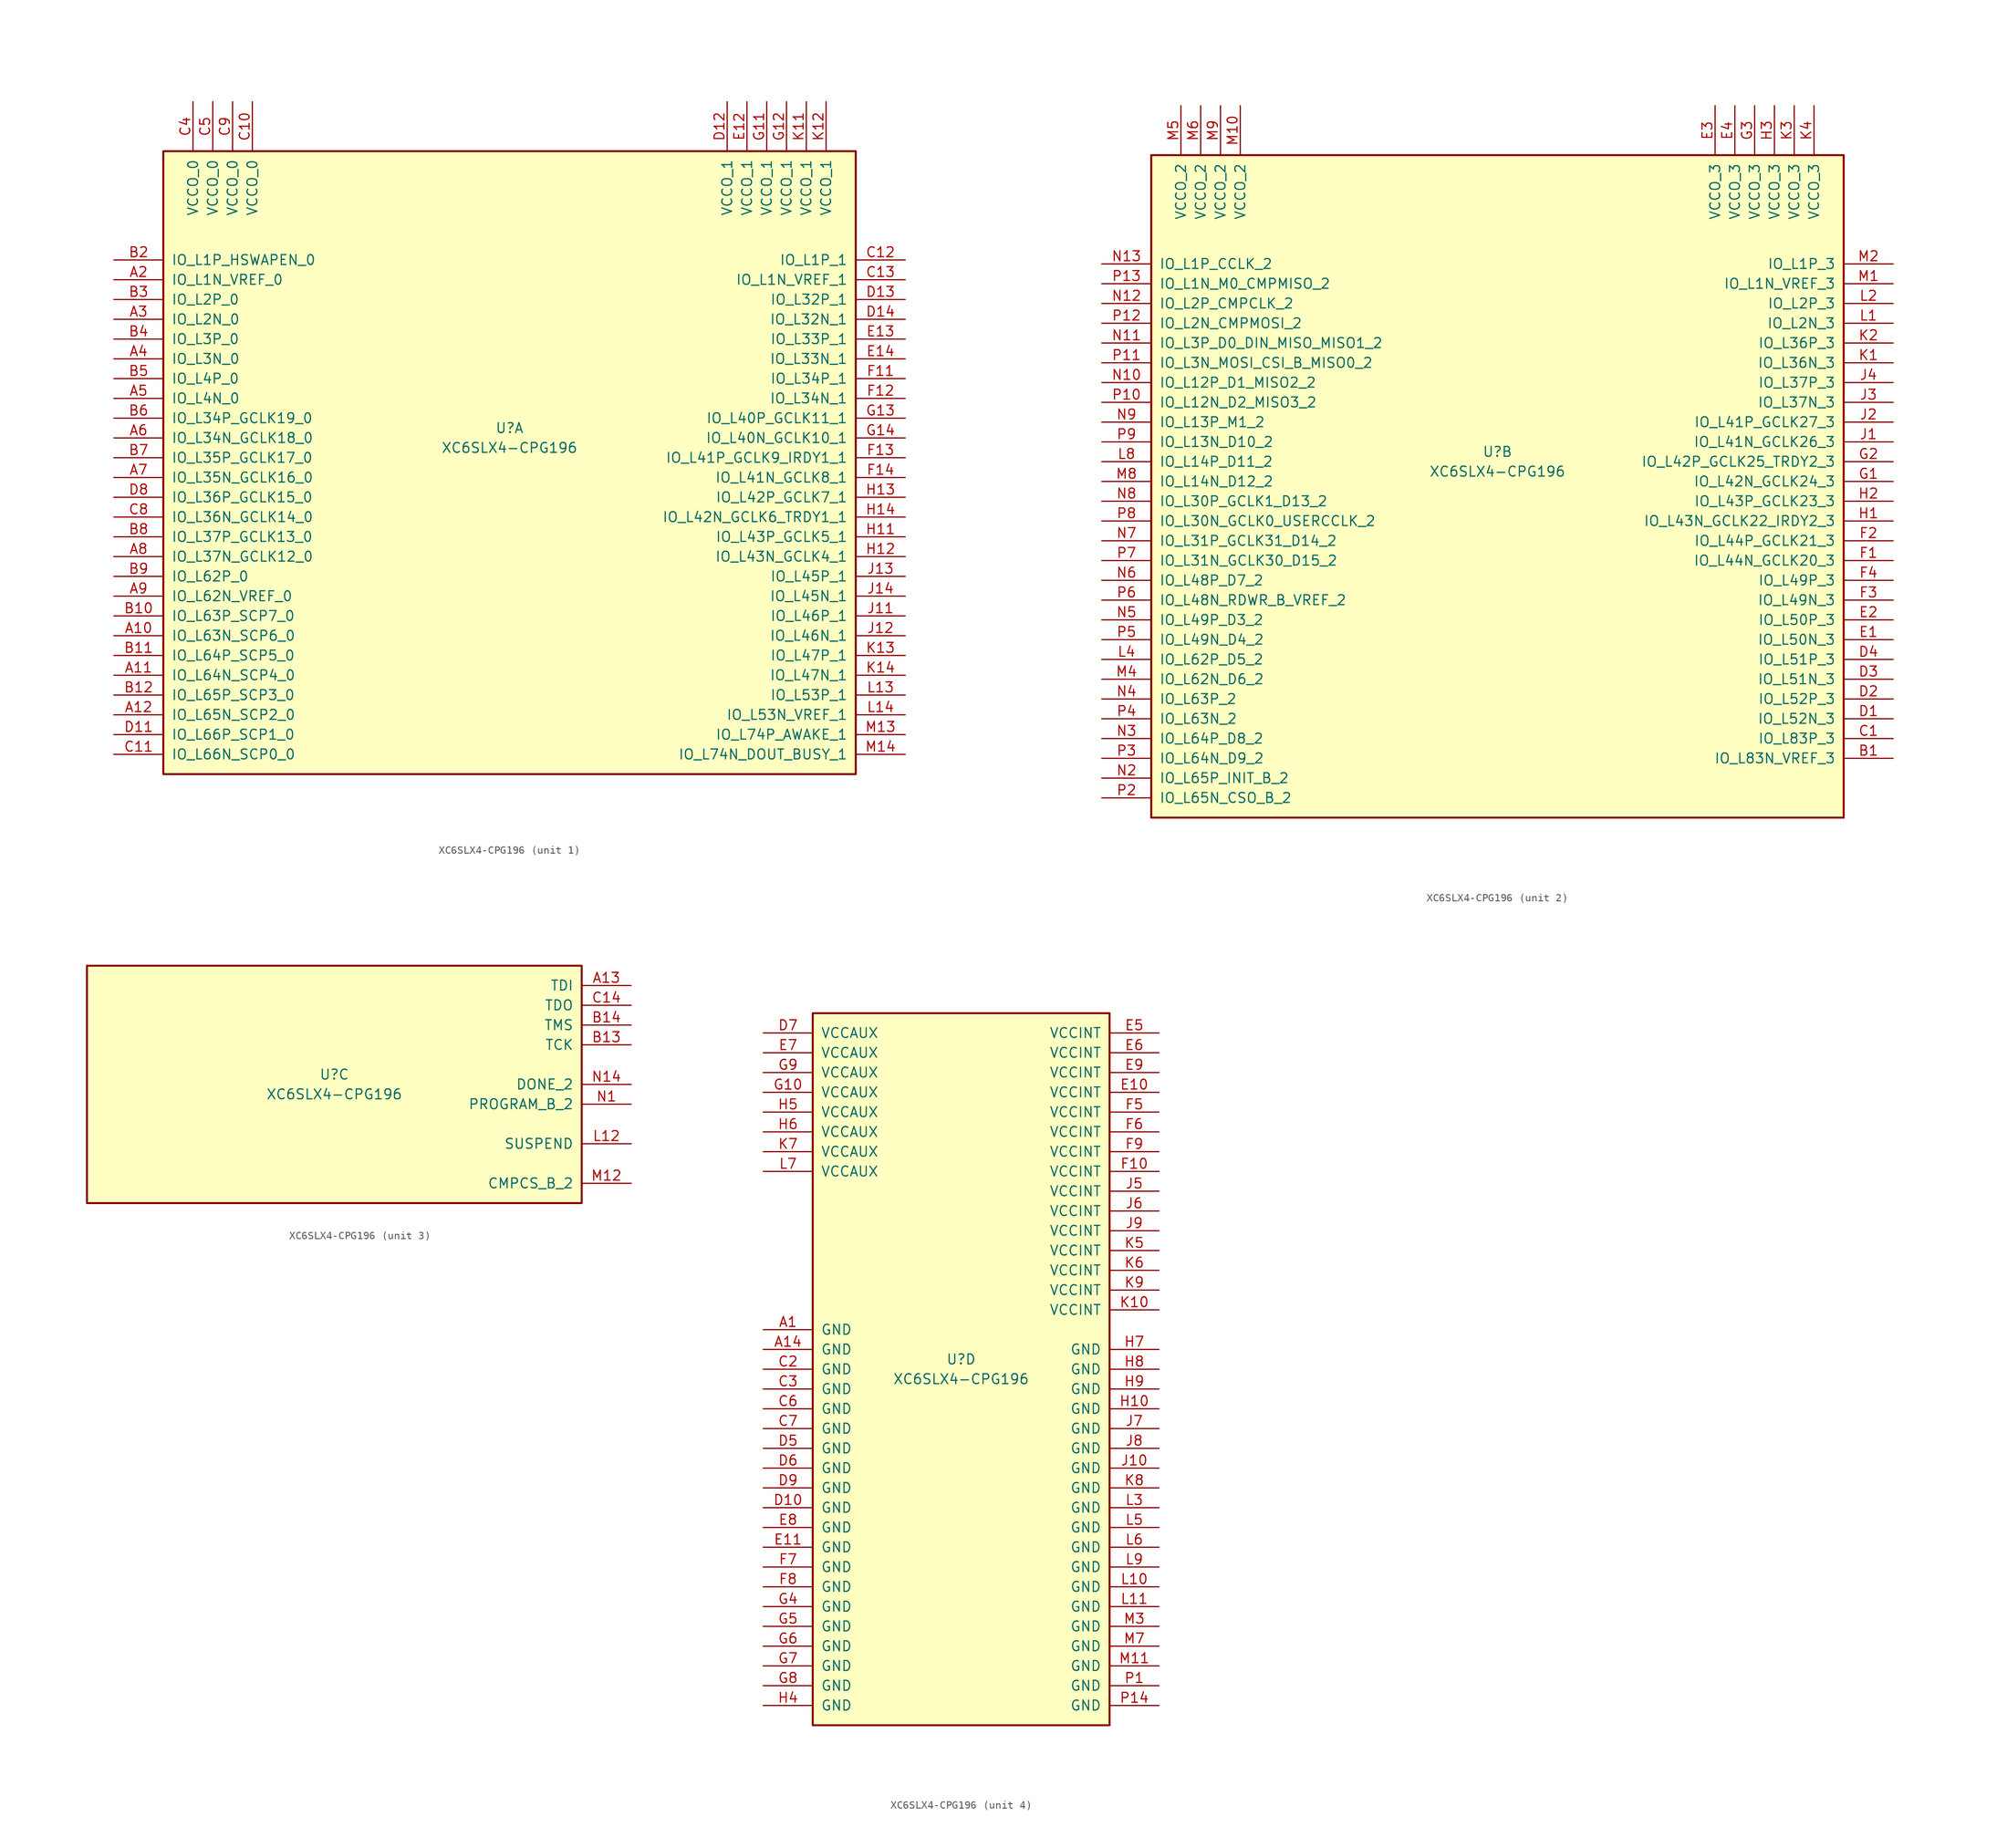
<source format=kicad_sym>
(kicad_symbol_lib
  (version 20211014)
  (generator kicad_symbol_editor)
  (symbol "XC6SLX4-CPG196"
    (pin_names
      (offset 1.016))
    (property "Reference" "U"
      (at 0 1.27 0)
      (effects (font (size 1.27 1.27))))
    (property "Value" "XC6SLX4-CPG196"
      (at 0 -1.27 0)
      (effects (font (size 1.27 1.27))))
    (property "Datasheet" ""
      (at 0 0 0)
      (effects (font (size 1.27 1.27))))
    (property "ki_locked" ""
      (at 0 0 0)
      (effects (font (size 1.27 1.27))))
    (symbol "XC6SLX4-CPG196_1_1"
      (rectangle (start -44.45 36.83) (end 44.45 -43.18) (stroke (width 0.254) (type default) (color 0 0 0 0)) (fill (type background)))
      (pin bidirectional line (at -50.8 -25.4 0) (length 6.35) (name "IO_L63N_SCP6_0" (effects (font (size 1.27 1.27)))) (number "A10" (effects (font (size 1.27 1.27)))))
      (pin bidirectional line (at -50.8 -30.48 0) (length 6.35) (name "IO_L64N_SCP4_0" (effects (font (size 1.27 1.27)))) (number "A11" (effects (font (size 1.27 1.27)))))
      (pin bidirectional line (at -50.8 -35.56 0) (length 6.35) (name "IO_L65N_SCP2_0" (effects (font (size 1.27 1.27)))) (number "A12" (effects (font (size 1.27 1.27)))))
      (pin bidirectional line (at -50.8 20.32 0) (length 6.35) (name "IO_L1N_VREF_0" (effects (font (size 1.27 1.27)))) (number "A2" (effects (font (size 1.27 1.27)))))
      (pin bidirectional line (at -50.8 15.24 0) (length 6.35) (name "IO_L2N_0" (effects (font (size 1.27 1.27)))) (number "A3" (effects (font (size 1.27 1.27)))))
      (pin bidirectional line (at -50.8 10.16 0) (length 6.35) (name "IO_L3N_0" (effects (font (size 1.27 1.27)))) (number "A4" (effects (font (size 1.27 1.27)))))
      (pin bidirectional line (at -50.8 5.08 0) (length 6.35) (name "IO_L4N_0" (effects (font (size 1.27 1.27)))) (number "A5" (effects (font (size 1.27 1.27)))))
      (pin bidirectional line (at -50.8 0 0) (length 6.35) (name "IO_L34N_GCLK18_0" (effects (font (size 1.27 1.27)))) (number "A6" (effects (font (size 1.27 1.27)))))
      (pin bidirectional line (at -50.8 -5.08 0) (length 6.35) (name "IO_L35N_GCLK16_0" (effects (font (size 1.27 1.27)))) (number "A7" (effects (font (size 1.27 1.27)))))
      (pin bidirectional line (at -50.8 -15.24 0) (length 6.35) (name "IO_L37N_GCLK12_0" (effects (font (size 1.27 1.27)))) (number "A8" (effects (font (size 1.27 1.27)))))
      (pin bidirectional line (at -50.8 -20.32 0) (length 6.35) (name "IO_L62N_VREF_0" (effects (font (size 1.27 1.27)))) (number "A9" (effects (font (size 1.27 1.27)))))
      (pin bidirectional line (at -50.8 -22.86 0) (length 6.35) (name "IO_L63P_SCP7_0" (effects (font (size 1.27 1.27)))) (number "B10" (effects (font (size 1.27 1.27)))))
      (pin bidirectional line (at -50.8 -27.94 0) (length 6.35) (name "IO_L64P_SCP5_0" (effects (font (size 1.27 1.27)))) (number "B11" (effects (font (size 1.27 1.27)))))
      (pin bidirectional line (at -50.8 -33.02 0) (length 6.35) (name "IO_L65P_SCP3_0" (effects (font (size 1.27 1.27)))) (number "B12" (effects (font (size 1.27 1.27)))))
      (pin bidirectional line (at -50.8 22.86 0) (length 6.35) (name "IO_L1P_HSWAPEN_0" (effects (font (size 1.27 1.27)))) (number "B2" (effects (font (size 1.27 1.27)))))
      (pin bidirectional line (at -50.8 17.78 0) (length 6.35) (name "IO_L2P_0" (effects (font (size 1.27 1.27)))) (number "B3" (effects (font (size 1.27 1.27)))))
      (pin bidirectional line (at -50.8 12.7 0) (length 6.35) (name "IO_L3P_0" (effects (font (size 1.27 1.27)))) (number "B4" (effects (font (size 1.27 1.27)))))
      (pin bidirectional line (at -50.8 7.62 0) (length 6.35) (name "IO_L4P_0" (effects (font (size 1.27 1.27)))) (number "B5" (effects (font (size 1.27 1.27)))))
      (pin bidirectional line (at -50.8 2.54 0) (length 6.35) (name "IO_L34P_GCLK19_0" (effects (font (size 1.27 1.27)))) (number "B6" (effects (font (size 1.27 1.27)))))
      (pin bidirectional line (at -50.8 -2.54 0) (length 6.35) (name "IO_L35P_GCLK17_0" (effects (font (size 1.27 1.27)))) (number "B7" (effects (font (size 1.27 1.27)))))
      (pin bidirectional line (at -50.8 -12.7 0) (length 6.35) (name "IO_L37P_GCLK13_0" (effects (font (size 1.27 1.27)))) (number "B8" (effects (font (size 1.27 1.27)))))
      (pin bidirectional line (at -50.8 -17.78 0) (length 6.35) (name "IO_L62P_0" (effects (font (size 1.27 1.27)))) (number "B9" (effects (font (size 1.27 1.27)))))
      (pin power_in line (at -33.02 43.18 270) (length 6.35) (name "VCCO_0" (effects (font (size 1.27 1.27)))) (number "C10" (effects (font (size 1.27 1.27)))))
      (pin bidirectional line (at -50.8 -40.64 0) (length 6.35) (name "IO_L66N_SCP0_0" (effects (font (size 1.27 1.27)))) (number "C11" (effects (font (size 1.27 1.27)))))
      (pin bidirectional line (at 50.8 22.86 180) (length 6.35) (name "IO_L1P_1" (effects (font (size 1.27 1.27)))) (number "C12" (effects (font (size 1.27 1.27)))))
      (pin bidirectional line (at 50.8 20.32 180) (length 6.35) (name "IO_L1N_VREF_1" (effects (font (size 1.27 1.27)))) (number "C13" (effects (font (size 1.27 1.27)))))
      (pin power_in line (at -40.64 43.18 270) (length 6.35) (name "VCCO_0" (effects (font (size 1.27 1.27)))) (number "C4" (effects (font (size 1.27 1.27)))))
      (pin power_in line (at -38.1 43.18 270) (length 6.35) (name "VCCO_0" (effects (font (size 1.27 1.27)))) (number "C5" (effects (font (size 1.27 1.27)))))
      (pin bidirectional line (at -50.8 -10.16 0) (length 6.35) (name "IO_L36N_GCLK14_0" (effects (font (size 1.27 1.27)))) (number "C8" (effects (font (size 1.27 1.27)))))
      (pin power_in line (at -35.56 43.18 270) (length 6.35) (name "VCCO_0" (effects (font (size 1.27 1.27)))) (number "C9" (effects (font (size 1.27 1.27)))))
      (pin bidirectional line (at -50.8 -38.1 0) (length 6.35) (name "IO_L66P_SCP1_0" (effects (font (size 1.27 1.27)))) (number "D11" (effects (font (size 1.27 1.27)))))
      (pin power_in line (at 27.94 43.18 270) (length 6.35) (name "VCCO_1" (effects (font (size 1.27 1.27)))) (number "D12" (effects (font (size 1.27 1.27)))))
      (pin bidirectional line (at 50.8 17.78 180) (length 6.35) (name "IO_L32P_1" (effects (font (size 1.27 1.27)))) (number "D13" (effects (font (size 1.27 1.27)))))
      (pin bidirectional line (at 50.8 15.24 180) (length 6.35) (name "IO_L32N_1" (effects (font (size 1.27 1.27)))) (number "D14" (effects (font (size 1.27 1.27)))))
      (pin bidirectional line (at -50.8 -7.62 0) (length 6.35) (name "IO_L36P_GCLK15_0" (effects (font (size 1.27 1.27)))) (number "D8" (effects (font (size 1.27 1.27)))))
      (pin power_in line (at 30.48 43.18 270) (length 6.35) (name "VCCO_1" (effects (font (size 1.27 1.27)))) (number "E12" (effects (font (size 1.27 1.27)))))
      (pin bidirectional line (at 50.8 12.7 180) (length 6.35) (name "IO_L33P_1" (effects (font (size 1.27 1.27)))) (number "E13" (effects (font (size 1.27 1.27)))))
      (pin bidirectional line (at 50.8 10.16 180) (length 6.35) (name "IO_L33N_1" (effects (font (size 1.27 1.27)))) (number "E14" (effects (font (size 1.27 1.27)))))
      (pin bidirectional line (at 50.8 7.62 180) (length 6.35) (name "IO_L34P_1" (effects (font (size 1.27 1.27)))) (number "F11" (effects (font (size 1.27 1.27)))))
      (pin bidirectional line (at 50.8 5.08 180) (length 6.35) (name "IO_L34N_1" (effects (font (size 1.27 1.27)))) (number "F12" (effects (font (size 1.27 1.27)))))
      (pin bidirectional line (at 50.8 -2.54 180) (length 6.35) (name "IO_L41P_GCLK9_IRDY1_1" (effects (font (size 1.27 1.27)))) (number "F13" (effects (font (size 1.27 1.27)))))
      (pin bidirectional line (at 50.8 -5.08 180) (length 6.35) (name "IO_L41N_GCLK8_1" (effects (font (size 1.27 1.27)))) (number "F14" (effects (font (size 1.27 1.27)))))
      (pin power_in line (at 33.02 43.18 270) (length 6.35) (name "VCCO_1" (effects (font (size 1.27 1.27)))) (number "G11" (effects (font (size 1.27 1.27)))))
      (pin power_in line (at 35.56 43.18 270) (length 6.35) (name "VCCO_1" (effects (font (size 1.27 1.27)))) (number "G12" (effects (font (size 1.27 1.27)))))
      (pin bidirectional line (at 50.8 2.54 180) (length 6.35) (name "IO_L40P_GCLK11_1" (effects (font (size 1.27 1.27)))) (number "G13" (effects (font (size 1.27 1.27)))))
      (pin bidirectional line (at 50.8 0 180) (length 6.35) (name "IO_L40N_GCLK10_1" (effects (font (size 1.27 1.27)))) (number "G14" (effects (font (size 1.27 1.27)))))
      (pin bidirectional line (at 50.8 -12.7 180) (length 6.35) (name "IO_L43P_GCLK5_1" (effects (font (size 1.27 1.27)))) (number "H11" (effects (font (size 1.27 1.27)))))
      (pin bidirectional line (at 50.8 -15.24 180) (length 6.35) (name "IO_L43N_GCLK4_1" (effects (font (size 1.27 1.27)))) (number "H12" (effects (font (size 1.27 1.27)))))
      (pin bidirectional line (at 50.8 -7.62 180) (length 6.35) (name "IO_L42P_GCLK7_1" (effects (font (size 1.27 1.27)))) (number "H13" (effects (font (size 1.27 1.27)))))
      (pin bidirectional line (at 50.8 -10.16 180) (length 6.35) (name "IO_L42N_GCLK6_TRDY1_1" (effects (font (size 1.27 1.27)))) (number "H14" (effects (font (size 1.27 1.27)))))
      (pin bidirectional line (at 50.8 -22.86 180) (length 6.35) (name "IO_L46P_1" (effects (font (size 1.27 1.27)))) (number "J11" (effects (font (size 1.27 1.27)))))
      (pin bidirectional line (at 50.8 -25.4 180) (length 6.35) (name "IO_L46N_1" (effects (font (size 1.27 1.27)))) (number "J12" (effects (font (size 1.27 1.27)))))
      (pin bidirectional line (at 50.8 -17.78 180) (length 6.35) (name "IO_L45P_1" (effects (font (size 1.27 1.27)))) (number "J13" (effects (font (size 1.27 1.27)))))
      (pin bidirectional line (at 50.8 -20.32 180) (length 6.35) (name "IO_L45N_1" (effects (font (size 1.27 1.27)))) (number "J14" (effects (font (size 1.27 1.27)))))
      (pin power_in line (at 38.1 43.18 270) (length 6.35) (name "VCCO_1" (effects (font (size 1.27 1.27)))) (number "K11" (effects (font (size 1.27 1.27)))))
      (pin power_in line (at 40.64 43.18 270) (length 6.35) (name "VCCO_1" (effects (font (size 1.27 1.27)))) (number "K12" (effects (font (size 1.27 1.27)))))
      (pin bidirectional line (at 50.8 -27.94 180) (length 6.35) (name "IO_L47P_1" (effects (font (size 1.27 1.27)))) (number "K13" (effects (font (size 1.27 1.27)))))
      (pin bidirectional line (at 50.8 -30.48 180) (length 6.35) (name "IO_L47N_1" (effects (font (size 1.27 1.27)))) (number "K14" (effects (font (size 1.27 1.27)))))
      (pin bidirectional line (at 50.8 -33.02 180) (length 6.35) (name "IO_L53P_1" (effects (font (size 1.27 1.27)))) (number "L13" (effects (font (size 1.27 1.27)))))
      (pin bidirectional line (at 50.8 -35.56 180) (length 6.35) (name "IO_L53N_VREF_1" (effects (font (size 1.27 1.27)))) (number "L14" (effects (font (size 1.27 1.27)))))
      (pin bidirectional line (at 50.8 -38.1 180) (length 6.35) (name "IO_L74P_AWAKE_1" (effects (font (size 1.27 1.27)))) (number "M13" (effects (font (size 1.27 1.27)))))
      (pin bidirectional line (at 50.8 -40.64 180) (length 6.35) (name "IO_L74N_DOUT_BUSY_1" (effects (font (size 1.27 1.27)))) (number "M14" (effects (font (size 1.27 1.27))))))
    (symbol "XC6SLX4-CPG196_2_1"
      (rectangle (start -44.45 39.37) (end 44.45 -45.72) (stroke (width 0.254) (type default) (color 0 0 0 0)) (fill (type background)))
      (pin bidirectional line (at 50.8 -38.1 180) (length 6.35) (name "IO_L83N_VREF_3" (effects (font (size 1.27 1.27)))) (number "B1" (effects (font (size 1.27 1.27)))))
      (pin bidirectional line (at 50.8 -35.56 180) (length 6.35) (name "IO_L83P_3" (effects (font (size 1.27 1.27)))) (number "C1" (effects (font (size 1.27 1.27)))))
      (pin bidirectional line (at 50.8 -33.02 180) (length 6.35) (name "IO_L52N_3" (effects (font (size 1.27 1.27)))) (number "D1" (effects (font (size 1.27 1.27)))))
      (pin bidirectional line (at 50.8 -30.48 180) (length 6.35) (name "IO_L52P_3" (effects (font (size 1.27 1.27)))) (number "D2" (effects (font (size 1.27 1.27)))))
      (pin bidirectional line (at 50.8 -27.94 180) (length 6.35) (name "IO_L51N_3" (effects (font (size 1.27 1.27)))) (number "D3" (effects (font (size 1.27 1.27)))))
      (pin bidirectional line (at 50.8 -25.4 180) (length 6.35) (name "IO_L51P_3" (effects (font (size 1.27 1.27)))) (number "D4" (effects (font (size 1.27 1.27)))))
      (pin bidirectional line (at 50.8 -22.86 180) (length 6.35) (name "IO_L50N_3" (effects (font (size 1.27 1.27)))) (number "E1" (effects (font (size 1.27 1.27)))))
      (pin bidirectional line (at 50.8 -20.32 180) (length 6.35) (name "IO_L50P_3" (effects (font (size 1.27 1.27)))) (number "E2" (effects (font (size 1.27 1.27)))))
      (pin power_in line (at 27.94 45.72 270) (length 6.35) (name "VCCO_3" (effects (font (size 1.27 1.27)))) (number "E3" (effects (font (size 1.27 1.27)))))
      (pin power_in line (at 30.48 45.72 270) (length 6.35) (name "VCCO_3" (effects (font (size 1.27 1.27)))) (number "E4" (effects (font (size 1.27 1.27)))))
      (pin bidirectional line (at 50.8 -12.7 180) (length 6.35) (name "IO_L44N_GCLK20_3" (effects (font (size 1.27 1.27)))) (number "F1" (effects (font (size 1.27 1.27)))))
      (pin bidirectional line (at 50.8 -10.16 180) (length 6.35) (name "IO_L44P_GCLK21_3" (effects (font (size 1.27 1.27)))) (number "F2" (effects (font (size 1.27 1.27)))))
      (pin bidirectional line (at 50.8 -17.78 180) (length 6.35) (name "IO_L49N_3" (effects (font (size 1.27 1.27)))) (number "F3" (effects (font (size 1.27 1.27)))))
      (pin bidirectional line (at 50.8 -15.24 180) (length 6.35) (name "IO_L49P_3" (effects (font (size 1.27 1.27)))) (number "F4" (effects (font (size 1.27 1.27)))))
      (pin bidirectional line (at 50.8 -2.54 180) (length 6.35) (name "IO_L42N_GCLK24_3" (effects (font (size 1.27 1.27)))) (number "G1" (effects (font (size 1.27 1.27)))))
      (pin bidirectional line (at 50.8 0 180) (length 6.35) (name "IO_L42P_GCLK25_TRDY2_3" (effects (font (size 1.27 1.27)))) (number "G2" (effects (font (size 1.27 1.27)))))
      (pin power_in line (at 33.02 45.72 270) (length 6.35) (name "VCCO_3" (effects (font (size 1.27 1.27)))) (number "G3" (effects (font (size 1.27 1.27)))))
      (pin bidirectional line (at 50.8 -7.62 180) (length 6.35) (name "IO_L43N_GCLK22_IRDY2_3" (effects (font (size 1.27 1.27)))) (number "H1" (effects (font (size 1.27 1.27)))))
      (pin bidirectional line (at 50.8 -5.08 180) (length 6.35) (name "IO_L43P_GCLK23_3" (effects (font (size 1.27 1.27)))) (number "H2" (effects (font (size 1.27 1.27)))))
      (pin power_in line (at 35.56 45.72 270) (length 6.35) (name "VCCO_3" (effects (font (size 1.27 1.27)))) (number "H3" (effects (font (size 1.27 1.27)))))
      (pin bidirectional line (at 50.8 2.54 180) (length 6.35) (name "IO_L41N_GCLK26_3" (effects (font (size 1.27 1.27)))) (number "J1" (effects (font (size 1.27 1.27)))))
      (pin bidirectional line (at 50.8 5.08 180) (length 6.35) (name "IO_L41P_GCLK27_3" (effects (font (size 1.27 1.27)))) (number "J2" (effects (font (size 1.27 1.27)))))
      (pin bidirectional line (at 50.8 7.62 180) (length 6.35) (name "IO_L37N_3" (effects (font (size 1.27 1.27)))) (number "J3" (effects (font (size 1.27 1.27)))))
      (pin bidirectional line (at 50.8 10.16 180) (length 6.35) (name "IO_L37P_3" (effects (font (size 1.27 1.27)))) (number "J4" (effects (font (size 1.27 1.27)))))
      (pin bidirectional line (at 50.8 12.7 180) (length 6.35) (name "IO_L36N_3" (effects (font (size 1.27 1.27)))) (number "K1" (effects (font (size 1.27 1.27)))))
      (pin bidirectional line (at 50.8 15.24 180) (length 6.35) (name "IO_L36P_3" (effects (font (size 1.27 1.27)))) (number "K2" (effects (font (size 1.27 1.27)))))
      (pin power_in line (at 38.1 45.72 270) (length 6.35) (name "VCCO_3" (effects (font (size 1.27 1.27)))) (number "K3" (effects (font (size 1.27 1.27)))))
      (pin power_in line (at 40.64 45.72 270) (length 6.35) (name "VCCO_3" (effects (font (size 1.27 1.27)))) (number "K4" (effects (font (size 1.27 1.27)))))
      (pin bidirectional line (at 50.8 17.78 180) (length 6.35) (name "IO_L2N_3" (effects (font (size 1.27 1.27)))) (number "L1" (effects (font (size 1.27 1.27)))))
      (pin bidirectional line (at 50.8 20.32 180) (length 6.35) (name "IO_L2P_3" (effects (font (size 1.27 1.27)))) (number "L2" (effects (font (size 1.27 1.27)))))
      (pin bidirectional line (at -50.8 -25.4 0) (length 6.35) (name "IO_L62P_D5_2" (effects (font (size 1.27 1.27)))) (number "L4" (effects (font (size 1.27 1.27)))))
      (pin bidirectional line (at -50.8 0 0) (length 6.35) (name "IO_L14P_D11_2" (effects (font (size 1.27 1.27)))) (number "L8" (effects (font (size 1.27 1.27)))))
      (pin bidirectional line (at 50.8 22.86 180) (length 6.35) (name "IO_L1N_VREF_3" (effects (font (size 1.27 1.27)))) (number "M1" (effects (font (size 1.27 1.27)))))
      (pin power_in line (at -33.02 45.72 270) (length 6.35) (name "VCCO_2" (effects (font (size 1.27 1.27)))) (number "M10" (effects (font (size 1.27 1.27)))))
      (pin bidirectional line (at 50.8 25.4 180) (length 6.35) (name "IO_L1P_3" (effects (font (size 1.27 1.27)))) (number "M2" (effects (font (size 1.27 1.27)))))
      (pin bidirectional line (at -50.8 -27.94 0) (length 6.35) (name "IO_L62N_D6_2" (effects (font (size 1.27 1.27)))) (number "M4" (effects (font (size 1.27 1.27)))))
      (pin power_in line (at -40.64 45.72 270) (length 6.35) (name "VCCO_2" (effects (font (size 1.27 1.27)))) (number "M5" (effects (font (size 1.27 1.27)))))
      (pin power_in line (at -38.1 45.72 270) (length 6.35) (name "VCCO_2" (effects (font (size 1.27 1.27)))) (number "M6" (effects (font (size 1.27 1.27)))))
      (pin bidirectional line (at -50.8 -2.54 0) (length 6.35) (name "IO_L14N_D12_2" (effects (font (size 1.27 1.27)))) (number "M8" (effects (font (size 1.27 1.27)))))
      (pin power_in line (at -35.56 45.72 270) (length 6.35) (name "VCCO_2" (effects (font (size 1.27 1.27)))) (number "M9" (effects (font (size 1.27 1.27)))))
      (pin bidirectional line (at -50.8 10.16 0) (length 6.35) (name "IO_L12P_D1_MISO2_2" (effects (font (size 1.27 1.27)))) (number "N10" (effects (font (size 1.27 1.27)))))
      (pin bidirectional line (at -50.8 15.24 0) (length 6.35) (name "IO_L3P_D0_DIN_MISO_MISO1_2" (effects (font (size 1.27 1.27)))) (number "N11" (effects (font (size 1.27 1.27)))))
      (pin bidirectional line (at -50.8 20.32 0) (length 6.35) (name "IO_L2P_CMPCLK_2" (effects (font (size 1.27 1.27)))) (number "N12" (effects (font (size 1.27 1.27)))))
      (pin bidirectional line (at -50.8 25.4 0) (length 6.35) (name "IO_L1P_CCLK_2" (effects (font (size 1.27 1.27)))) (number "N13" (effects (font (size 1.27 1.27)))))
      (pin bidirectional line (at -50.8 -40.64 0) (length 6.35) (name "IO_L65P_INIT_B_2" (effects (font (size 1.27 1.27)))) (number "N2" (effects (font (size 1.27 1.27)))))
      (pin bidirectional line (at -50.8 -35.56 0) (length 6.35) (name "IO_L64P_D8_2" (effects (font (size 1.27 1.27)))) (number "N3" (effects (font (size 1.27 1.27)))))
      (pin bidirectional line (at -50.8 -30.48 0) (length 6.35) (name "IO_L63P_2" (effects (font (size 1.27 1.27)))) (number "N4" (effects (font (size 1.27 1.27)))))
      (pin bidirectional line (at -50.8 -20.32 0) (length 6.35) (name "IO_L49P_D3_2" (effects (font (size 1.27 1.27)))) (number "N5" (effects (font (size 1.27 1.27)))))
      (pin bidirectional line (at -50.8 -15.24 0) (length 6.35) (name "IO_L48P_D7_2" (effects (font (size 1.27 1.27)))) (number "N6" (effects (font (size 1.27 1.27)))))
      (pin bidirectional line (at -50.8 -10.16 0) (length 6.35) (name "IO_L31P_GCLK31_D14_2" (effects (font (size 1.27 1.27)))) (number "N7" (effects (font (size 1.27 1.27)))))
      (pin bidirectional line (at -50.8 -5.08 0) (length 6.35) (name "IO_L30P_GCLK1_D13_2" (effects (font (size 1.27 1.27)))) (number "N8" (effects (font (size 1.27 1.27)))))
      (pin bidirectional line (at -50.8 5.08 0) (length 6.35) (name "IO_L13P_M1_2" (effects (font (size 1.27 1.27)))) (number "N9" (effects (font (size 1.27 1.27)))))
      (pin bidirectional line (at -50.8 7.62 0) (length 6.35) (name "IO_L12N_D2_MISO3_2" (effects (font (size 1.27 1.27)))) (number "P10" (effects (font (size 1.27 1.27)))))
      (pin bidirectional line (at -50.8 12.7 0) (length 6.35) (name "IO_L3N_MOSI_CSI_B_MISO0_2" (effects (font (size 1.27 1.27)))) (number "P11" (effects (font (size 1.27 1.27)))))
      (pin bidirectional line (at -50.8 17.78 0) (length 6.35) (name "IO_L2N_CMPMOSI_2" (effects (font (size 1.27 1.27)))) (number "P12" (effects (font (size 1.27 1.27)))))
      (pin bidirectional line (at -50.8 22.86 0) (length 6.35) (name "IO_L1N_M0_CMPMISO_2" (effects (font (size 1.27 1.27)))) (number "P13" (effects (font (size 1.27 1.27)))))
      (pin bidirectional line (at -50.8 -43.18 0) (length 6.35) (name "IO_L65N_CSO_B_2" (effects (font (size 1.27 1.27)))) (number "P2" (effects (font (size 1.27 1.27)))))
      (pin bidirectional line (at -50.8 -38.1 0) (length 6.35) (name "IO_L64N_D9_2" (effects (font (size 1.27 1.27)))) (number "P3" (effects (font (size 1.27 1.27)))))
      (pin bidirectional line (at -50.8 -33.02 0) (length 6.35) (name "IO_L63N_2" (effects (font (size 1.27 1.27)))) (number "P4" (effects (font (size 1.27 1.27)))))
      (pin bidirectional line (at -50.8 -22.86 0) (length 6.35) (name "IO_L49N_D4_2" (effects (font (size 1.27 1.27)))) (number "P5" (effects (font (size 1.27 1.27)))))
      (pin bidirectional line (at -50.8 -17.78 0) (length 6.35) (name "IO_L48N_RDWR_B_VREF_2" (effects (font (size 1.27 1.27)))) (number "P6" (effects (font (size 1.27 1.27)))))
      (pin bidirectional line (at -50.8 -12.7 0) (length 6.35) (name "IO_L31N_GCLK30_D15_2" (effects (font (size 1.27 1.27)))) (number "P7" (effects (font (size 1.27 1.27)))))
      (pin bidirectional line (at -50.8 -7.62 0) (length 6.35) (name "IO_L30N_GCLK0_USERCCLK_2" (effects (font (size 1.27 1.27)))) (number "P8" (effects (font (size 1.27 1.27)))))
      (pin bidirectional line (at -50.8 2.54 0) (length 6.35) (name "IO_L13N_D10_2" (effects (font (size 1.27 1.27)))) (number "P9" (effects (font (size 1.27 1.27))))))
    (symbol "XC6SLX4-CPG196_3_1"
      (rectangle (start -31.75 15.24) (end 31.75 -15.24) (stroke (width 0.254) (type default) (color 0 0 0 0)) (fill (type background)))
      (pin bidirectional line (at 38.1 12.7 180) (length 6.35) (name "TDI" (effects (font (size 1.27 1.27)))) (number "A13" (effects (font (size 1.27 1.27)))))
      (pin bidirectional line (at 38.1 5.08 180) (length 6.35) (name "TCK" (effects (font (size 1.27 1.27)))) (number "B13" (effects (font (size 1.27 1.27)))))
      (pin bidirectional line (at 38.1 7.62 180) (length 6.35) (name "TMS" (effects (font (size 1.27 1.27)))) (number "B14" (effects (font (size 1.27 1.27)))))
      (pin bidirectional line (at 38.1 10.16 180) (length 6.35) (name "TDO" (effects (font (size 1.27 1.27)))) (number "C14" (effects (font (size 1.27 1.27)))))
      (pin bidirectional line (at 38.1 -7.62 180) (length 6.35) (name "SUSPEND" (effects (font (size 1.27 1.27)))) (number "L12" (effects (font (size 1.27 1.27)))))
      (pin bidirectional line (at 38.1 -12.7 180) (length 6.35) (name "CMPCS_B_2" (effects (font (size 1.27 1.27)))) (number "M12" (effects (font (size 1.27 1.27)))))
      (pin bidirectional line (at 38.1 -2.54 180) (length 6.35) (name "PROGRAM_B_2" (effects (font (size 1.27 1.27)))) (number "N1" (effects (font (size 1.27 1.27)))))
      (pin bidirectional line (at 38.1 0 180) (length 6.35) (name "DONE_2" (effects (font (size 1.27 1.27)))) (number "N14" (effects (font (size 1.27 1.27))))))
    (symbol "XC6SLX4-CPG196_4_1"
      (rectangle (start -19.05 45.72) (end 19.05 -45.72) (stroke (width 0.254) (type default) (color 0 0 0 0)) (fill (type background)))
      (pin power_in line (at -25.4 5.08 0) (length 6.35) (name "GND" (effects (font (size 1.27 1.27)))) (number "A1" (effects (font (size 1.27 1.27)))))
      (pin power_in line (at -25.4 2.54 0) (length 6.35) (name "GND" (effects (font (size 1.27 1.27)))) (number "A14" (effects (font (size 1.27 1.27)))))
      (pin power_in line (at -25.4 0 0) (length 6.35) (name "GND" (effects (font (size 1.27 1.27)))) (number "C2" (effects (font (size 1.27 1.27)))))
      (pin power_in line (at -25.4 -2.54 0) (length 6.35) (name "GND" (effects (font (size 1.27 1.27)))) (number "C3" (effects (font (size 1.27 1.27)))))
      (pin power_in line (at -25.4 -5.08 0) (length 6.35) (name "GND" (effects (font (size 1.27 1.27)))) (number "C6" (effects (font (size 1.27 1.27)))))
      (pin power_in line (at -25.4 -7.62 0) (length 6.35) (name "GND" (effects (font (size 1.27 1.27)))) (number "C7" (effects (font (size 1.27 1.27)))))
      (pin power_in line (at -25.4 -17.78 0) (length 6.35) (name "GND" (effects (font (size 1.27 1.27)))) (number "D10" (effects (font (size 1.27 1.27)))))
      (pin power_in line (at -25.4 -10.16 0) (length 6.35) (name "GND" (effects (font (size 1.27 1.27)))) (number "D5" (effects (font (size 1.27 1.27)))))
      (pin power_in line (at -25.4 -12.7 0) (length 6.35) (name "GND" (effects (font (size 1.27 1.27)))) (number "D6" (effects (font (size 1.27 1.27)))))
      (pin power_in line (at -25.4 43.18 0) (length 6.35) (name "VCCAUX" (effects (font (size 1.27 1.27)))) (number "D7" (effects (font (size 1.27 1.27)))))
      (pin power_in line (at -25.4 -15.24 0) (length 6.35) (name "GND" (effects (font (size 1.27 1.27)))) (number "D9" (effects (font (size 1.27 1.27)))))
      (pin power_in line (at 25.4 35.56 180) (length 6.35) (name "VCCINT" (effects (font (size 1.27 1.27)))) (number "E10" (effects (font (size 1.27 1.27)))))
      (pin power_in line (at -25.4 -22.86 0) (length 6.35) (name "GND" (effects (font (size 1.27 1.27)))) (number "E11" (effects (font (size 1.27 1.27)))))
      (pin power_in line (at 25.4 43.18 180) (length 6.35) (name "VCCINT" (effects (font (size 1.27 1.27)))) (number "E5" (effects (font (size 1.27 1.27)))))
      (pin power_in line (at 25.4 40.64 180) (length 6.35) (name "VCCINT" (effects (font (size 1.27 1.27)))) (number "E6" (effects (font (size 1.27 1.27)))))
      (pin power_in line (at -25.4 40.64 0) (length 6.35) (name "VCCAUX" (effects (font (size 1.27 1.27)))) (number "E7" (effects (font (size 1.27 1.27)))))
      (pin power_in line (at -25.4 -20.32 0) (length 6.35) (name "GND" (effects (font (size 1.27 1.27)))) (number "E8" (effects (font (size 1.27 1.27)))))
      (pin power_in line (at 25.4 38.1 180) (length 6.35) (name "VCCINT" (effects (font (size 1.27 1.27)))) (number "E9" (effects (font (size 1.27 1.27)))))
      (pin power_in line (at 25.4 25.4 180) (length 6.35) (name "VCCINT" (effects (font (size 1.27 1.27)))) (number "F10" (effects (font (size 1.27 1.27)))))
      (pin power_in line (at 25.4 33.02 180) (length 6.35) (name "VCCINT" (effects (font (size 1.27 1.27)))) (number "F5" (effects (font (size 1.27 1.27)))))
      (pin power_in line (at 25.4 30.48 180) (length 6.35) (name "VCCINT" (effects (font (size 1.27 1.27)))) (number "F6" (effects (font (size 1.27 1.27)))))
      (pin power_in line (at -25.4 -25.4 0) (length 6.35) (name "GND" (effects (font (size 1.27 1.27)))) (number "F7" (effects (font (size 1.27 1.27)))))
      (pin power_in line (at -25.4 -27.94 0) (length 6.35) (name "GND" (effects (font (size 1.27 1.27)))) (number "F8" (effects (font (size 1.27 1.27)))))
      (pin power_in line (at 25.4 27.94 180) (length 6.35) (name "VCCINT" (effects (font (size 1.27 1.27)))) (number "F9" (effects (font (size 1.27 1.27)))))
      (pin power_in line (at -25.4 35.56 0) (length 6.35) (name "VCCAUX" (effects (font (size 1.27 1.27)))) (number "G10" (effects (font (size 1.27 1.27)))))
      (pin power_in line (at -25.4 -30.48 0) (length 6.35) (name "GND" (effects (font (size 1.27 1.27)))) (number "G4" (effects (font (size 1.27 1.27)))))
      (pin power_in line (at -25.4 -33.02 0) (length 6.35) (name "GND" (effects (font (size 1.27 1.27)))) (number "G5" (effects (font (size 1.27 1.27)))))
      (pin power_in line (at -25.4 -35.56 0) (length 6.35) (name "GND" (effects (font (size 1.27 1.27)))) (number "G6" (effects (font (size 1.27 1.27)))))
      (pin power_in line (at -25.4 -38.1 0) (length 6.35) (name "GND" (effects (font (size 1.27 1.27)))) (number "G7" (effects (font (size 1.27 1.27)))))
      (pin power_in line (at -25.4 -40.64 0) (length 6.35) (name "GND" (effects (font (size 1.27 1.27)))) (number "G8" (effects (font (size 1.27 1.27)))))
      (pin power_in line (at -25.4 38.1 0) (length 6.35) (name "VCCAUX" (effects (font (size 1.27 1.27)))) (number "G9" (effects (font (size 1.27 1.27)))))
      (pin power_in line (at 25.4 -5.08 180) (length 6.35) (name "GND" (effects (font (size 1.27 1.27)))) (number "H10" (effects (font (size 1.27 1.27)))))
      (pin power_in line (at -25.4 -43.18 0) (length 6.35) (name "GND" (effects (font (size 1.27 1.27)))) (number "H4" (effects (font (size 1.27 1.27)))))
      (pin power_in line (at -25.4 33.02 0) (length 6.35) (name "VCCAUX" (effects (font (size 1.27 1.27)))) (number "H5" (effects (font (size 1.27 1.27)))))
      (pin power_in line (at -25.4 30.48 0) (length 6.35) (name "VCCAUX" (effects (font (size 1.27 1.27)))) (number "H6" (effects (font (size 1.27 1.27)))))
      (pin power_in line (at 25.4 2.54 180) (length 6.35) (name "GND" (effects (font (size 1.27 1.27)))) (number "H7" (effects (font (size 1.27 1.27)))))
      (pin power_in line (at 25.4 0 180) (length 6.35) (name "GND" (effects (font (size 1.27 1.27)))) (number "H8" (effects (font (size 1.27 1.27)))))
      (pin power_in line (at 25.4 -2.54 180) (length 6.35) (name "GND" (effects (font (size 1.27 1.27)))) (number "H9" (effects (font (size 1.27 1.27)))))
      (pin power_in line (at 25.4 -12.7 180) (length 6.35) (name "GND" (effects (font (size 1.27 1.27)))) (number "J10" (effects (font (size 1.27 1.27)))))
      (pin power_in line (at 25.4 22.86 180) (length 6.35) (name "VCCINT" (effects (font (size 1.27 1.27)))) (number "J5" (effects (font (size 1.27 1.27)))))
      (pin power_in line (at 25.4 20.32 180) (length 6.35) (name "VCCINT" (effects (font (size 1.27 1.27)))) (number "J6" (effects (font (size 1.27 1.27)))))
      (pin power_in line (at 25.4 -7.62 180) (length 6.35) (name "GND" (effects (font (size 1.27 1.27)))) (number "J7" (effects (font (size 1.27 1.27)))))
      (pin power_in line (at 25.4 -10.16 180) (length 6.35) (name "GND" (effects (font (size 1.27 1.27)))) (number "J8" (effects (font (size 1.27 1.27)))))
      (pin power_in line (at 25.4 17.78 180) (length 6.35) (name "VCCINT" (effects (font (size 1.27 1.27)))) (number "J9" (effects (font (size 1.27 1.27)))))
      (pin power_in line (at 25.4 7.62 180) (length 6.35) (name "VCCINT" (effects (font (size 1.27 1.27)))) (number "K10" (effects (font (size 1.27 1.27)))))
      (pin power_in line (at 25.4 15.24 180) (length 6.35) (name "VCCINT" (effects (font (size 1.27 1.27)))) (number "K5" (effects (font (size 1.27 1.27)))))
      (pin power_in line (at 25.4 12.7 180) (length 6.35) (name "VCCINT" (effects (font (size 1.27 1.27)))) (number "K6" (effects (font (size 1.27 1.27)))))
      (pin power_in line (at -25.4 27.94 0) (length 6.35) (name "VCCAUX" (effects (font (size 1.27 1.27)))) (number "K7" (effects (font (size 1.27 1.27)))))
      (pin power_in line (at 25.4 -15.24 180) (length 6.35) (name "GND" (effects (font (size 1.27 1.27)))) (number "K8" (effects (font (size 1.27 1.27)))))
      (pin power_in line (at 25.4 10.16 180) (length 6.35) (name "VCCINT" (effects (font (size 1.27 1.27)))) (number "K9" (effects (font (size 1.27 1.27)))))
      (pin power_in line (at 25.4 -27.94 180) (length 6.35) (name "GND" (effects (font (size 1.27 1.27)))) (number "L10" (effects (font (size 1.27 1.27)))))
      (pin power_in line (at 25.4 -30.48 180) (length 6.35) (name "GND" (effects (font (size 1.27 1.27)))) (number "L11" (effects (font (size 1.27 1.27)))))
      (pin power_in line (at 25.4 -17.78 180) (length 6.35) (name "GND" (effects (font (size 1.27 1.27)))) (number "L3" (effects (font (size 1.27 1.27)))))
      (pin power_in line (at 25.4 -20.32 180) (length 6.35) (name "GND" (effects (font (size 1.27 1.27)))) (number "L5" (effects (font (size 1.27 1.27)))))
      (pin power_in line (at 25.4 -22.86 180) (length 6.35) (name "GND" (effects (font (size 1.27 1.27)))) (number "L6" (effects (font (size 1.27 1.27)))))
      (pin power_in line (at -25.4 25.4 0) (length 6.35) (name "VCCAUX" (effects (font (size 1.27 1.27)))) (number "L7" (effects (font (size 1.27 1.27)))))
      (pin power_in line (at 25.4 -25.4 180) (length 6.35) (name "GND" (effects (font (size 1.27 1.27)))) (number "L9" (effects (font (size 1.27 1.27)))))
      (pin power_in line (at 25.4 -38.1 180) (length 6.35) (name "GND" (effects (font (size 1.27 1.27)))) (number "M11" (effects (font (size 1.27 1.27)))))
      (pin power_in line (at 25.4 -33.02 180) (length 6.35) (name "GND" (effects (font (size 1.27 1.27)))) (number "M3" (effects (font (size 1.27 1.27)))))
      (pin power_in line (at 25.4 -35.56 180) (length 6.35) (name "GND" (effects (font (size 1.27 1.27)))) (number "M7" (effects (font (size 1.27 1.27)))))
      (pin power_in line (at 25.4 -40.64 180) (length 6.35) (name "GND" (effects (font (size 1.27 1.27)))) (number "P1" (effects (font (size 1.27 1.27)))))
      (pin power_in line (at 25.4 -43.18 180) (length 6.35) (name "GND" (effects (font (size 1.27 1.27)))) (number "P14" (effects (font (size 1.27 1.27))))))))
</source>
